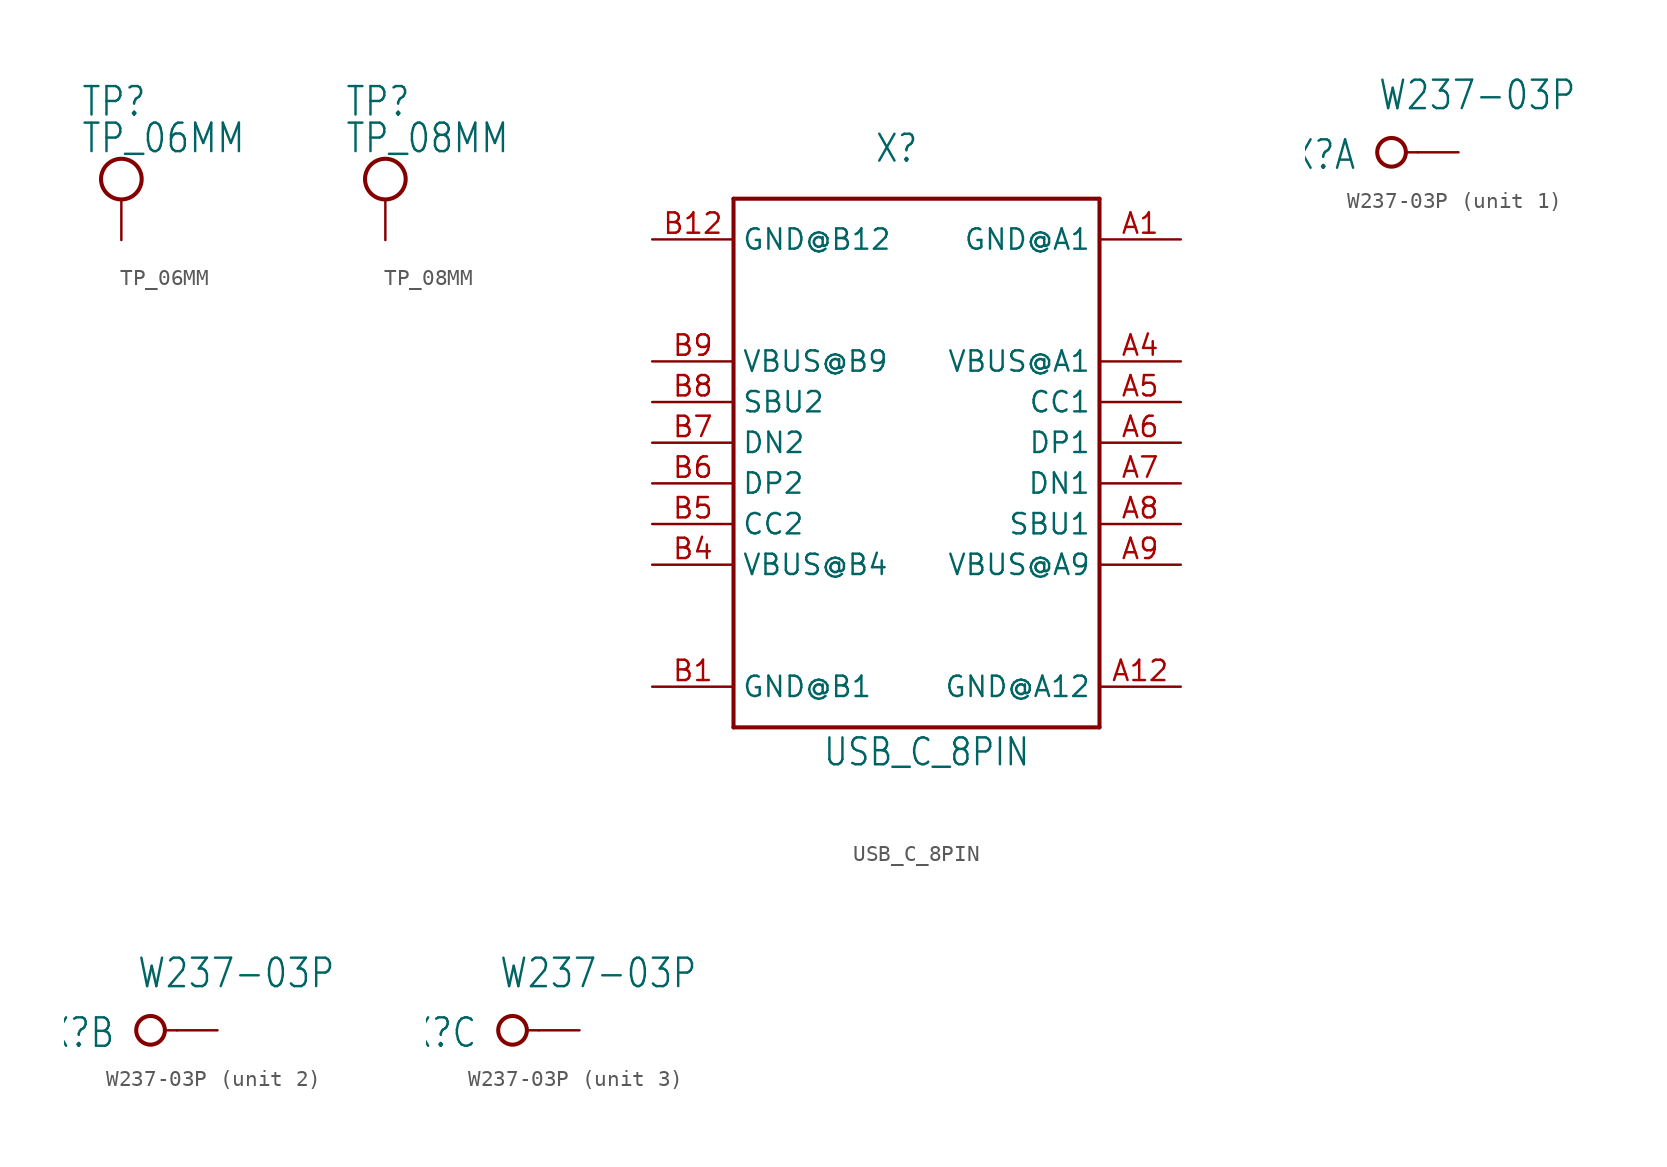
<source format=kicad_sym>
(kicad_symbol_lib
  (version 20211014)
  (generator kicad_symbol_editor)
  (symbol "TP_06MM"
    (property "Reference" "TP"
      (at -2.54 7.62 0)
      (effects (font (size 1.778 1.511)) (justify left bottom)))
    (property "Value" "TP_06MM"
      (at -2.54 5.334 0)
      (effects (font (size 1.778 1.511)) (justify left bottom)))
    (property "ki_locked" ""
      (at 0 0 0)
      (effects (font (size 1.27 1.27))))
    (symbol "TP_06MM_1_0"
      (circle (center 0 3.81) (radius 1.27) (stroke (width 0.254) (type default) (color 0 0 0 0)) (fill (type none)))
      (pin passive line (at 0 0 90) (length 2.54) (name "TP" (effects (font (size 0 0)))) (number "P$1" (effects (font (size 0 0)))))))
  (symbol "TP_08MM"
    (property "Reference" "TP"
      (at -2.54 7.62 0)
      (effects (font (size 1.778 1.511)) (justify left bottom)))
    (property "Value" "TP_08MM"
      (at -2.54 5.334 0)
      (effects (font (size 1.778 1.511)) (justify left bottom)))
    (property "ki_locked" ""
      (at 0 0 0)
      (effects (font (size 1.27 1.27))))
    (symbol "TP_08MM_1_0"
      (circle (center 0 3.81) (radius 1.27) (stroke (width 0.254) (type default) (color 0 0 0 0)) (fill (type none)))
      (pin passive line (at 0 0 90) (length 2.54) (name "TP" (effects (font (size 0 0)))) (number "P$1" (effects (font (size 0 0)))))))
  (symbol "USB_C_8PIN"
    (property "Reference" "X"
      (at 0.03 17.41 0)
      (effects (font (size 1.676 1.425)) (justify bottom)))
    (property "Value" "USB_C_8PIN"
      (at -4.61 -20.295 0)
      (effects (font (size 1.676 1.425)) (justify left bottom)))
    (property "ki_locked" ""
      (at 0 0 0)
      (effects (font (size 1.27 1.27))))
    (symbol "USB_C_8PIN_1_0"
      (polyline (pts (xy -10.16 -17.78) (xy -10.16 15.24)) (stroke (width 0.254) (type default) (color 0 0 0 0)) (fill (type none)))
      (polyline (pts (xy -10.16 15.24) (xy 12.7 15.24)) (stroke (width 0.254) (type default) (color 0 0 0 0)) (fill (type none)))
      (polyline (pts (xy 12.7 -17.78) (xy -10.16 -17.78)) (stroke (width 0.254) (type default) (color 0 0 0 0)) (fill (type none)))
      (polyline (pts (xy 12.7 15.24) (xy 12.7 -17.78)) (stroke (width 0.254) (type default) (color 0 0 0 0)) (fill (type none)))
      (pin bidirectional line (at 17.78 12.7 180) (length 5.08) (name "GND@A1" (effects (font (size 1.27 1.27)))) (number "A1" (effects (font (size 1.27 1.27)))))
      (pin bidirectional line (at 17.78 -15.24 180) (length 5.08) (name "GND@A12" (effects (font (size 1.27 1.27)))) (number "A12" (effects (font (size 1.27 1.27)))))
      (pin bidirectional line (at 17.78 5.08 180) (length 5.08) (name "VBUS@A1" (effects (font (size 1.27 1.27)))) (number "A4" (effects (font (size 1.27 1.27)))))
      (pin bidirectional line (at 17.78 2.54 180) (length 5.08) (name "CC1" (effects (font (size 1.27 1.27)))) (number "A5" (effects (font (size 1.27 1.27)))))
      (pin bidirectional line (at 17.78 0 180) (length 5.08) (name "DP1" (effects (font (size 1.27 1.27)))) (number "A6" (effects (font (size 1.27 1.27)))))
      (pin bidirectional line (at 17.78 -2.54 180) (length 5.08) (name "DN1" (effects (font (size 1.27 1.27)))) (number "A7" (effects (font (size 1.27 1.27)))))
      (pin bidirectional line (at 17.78 -5.08 180) (length 5.08) (name "SBU1" (effects (font (size 1.27 1.27)))) (number "A8" (effects (font (size 1.27 1.27)))))
      (pin bidirectional line (at 17.78 -7.62 180) (length 5.08) (name "VBUS@A9" (effects (font (size 1.27 1.27)))) (number "A9" (effects (font (size 1.27 1.27)))))
      (pin bidirectional line (at -15.24 -15.24 0) (length 5.08) (name "GND@B1" (effects (font (size 1.27 1.27)))) (number "B1" (effects (font (size 1.27 1.27)))))
      (pin bidirectional line (at -15.24 12.7 0) (length 5.08) (name "GND@B12" (effects (font (size 1.27 1.27)))) (number "B12" (effects (font (size 1.27 1.27)))))
      (pin bidirectional line (at -15.24 -7.62 0) (length 5.08) (name "VBUS@B4" (effects (font (size 1.27 1.27)))) (number "B4" (effects (font (size 1.27 1.27)))))
      (pin bidirectional line (at -15.24 -5.08 0) (length 5.08) (name "CC2" (effects (font (size 1.27 1.27)))) (number "B5" (effects (font (size 1.27 1.27)))))
      (pin bidirectional line (at -15.24 -2.54 0) (length 5.08) (name "DP2" (effects (font (size 1.27 1.27)))) (number "B6" (effects (font (size 1.27 1.27)))))
      (pin bidirectional line (at -15.24 0 0) (length 5.08) (name "DN2" (effects (font (size 1.27 1.27)))) (number "B7" (effects (font (size 1.27 1.27)))))
      (pin bidirectional line (at -15.24 2.54 0) (length 5.08) (name "SBU2" (effects (font (size 1.27 1.27)))) (number "B8" (effects (font (size 1.27 1.27)))))
      (pin bidirectional line (at -15.24 5.08 0) (length 5.08) (name "VBUS@B9" (effects (font (size 1.27 1.27)))) (number "B9" (effects (font (size 1.27 1.27)))))))
  (symbol "W237-03P"
    (property "Reference" "X"
      (at -1.27 0.889 0)
      (effects (font (size 1.778 1.511)) (justify right top)))
    (property "Value" "W237-03P"
      (at 0 2.54 0)
      (effects (font (size 1.778 1.511)) (justify left bottom)))
    (property "ki_locked" ""
      (at 0 0 0)
      (effects (font (size 1.27 1.27))))
    (symbol "W237-03P_1_0"
      (polyline (pts (xy 1.778 0) (xy 2.54 0)) (stroke (width 0.152) (type default) (color 0 0 0 0)) (fill (type none)))
      (circle (center 0.889 0) (radius 0.898) (stroke (width 0.254) (type default) (color 0 0 0 0)) (fill (type none)))
      (pin passive line (at 5.08 0 180) (length 2.54) (name "KL" (effects (font (size 0 0)))) (number "1" (effects (font (size 0 0))))))
    (symbol "W237-03P_2_0"
      (polyline (pts (xy 1.778 0) (xy 2.54 0)) (stroke (width 0.152) (type default) (color 0 0 0 0)) (fill (type none)))
      (circle (center 0.889 0) (radius 0.898) (stroke (width 0.254) (type default) (color 0 0 0 0)) (fill (type none)))
      (pin passive line (at 5.08 0 180) (length 2.54) (name "KL" (effects (font (size 0 0)))) (number "2" (effects (font (size 0 0))))))
    (symbol "W237-03P_3_0"
      (polyline (pts (xy 1.778 0) (xy 2.54 0)) (stroke (width 0.152) (type default) (color 0 0 0 0)) (fill (type none)))
      (circle (center 0.889 0) (radius 0.898) (stroke (width 0.254) (type default) (color 0 0 0 0)) (fill (type none)))
      (pin passive line (at 5.08 0 180) (length 2.54) (name "KL" (effects (font (size 0 0)))) (number "3" (effects (font (size 0 0))))))))
</source>
